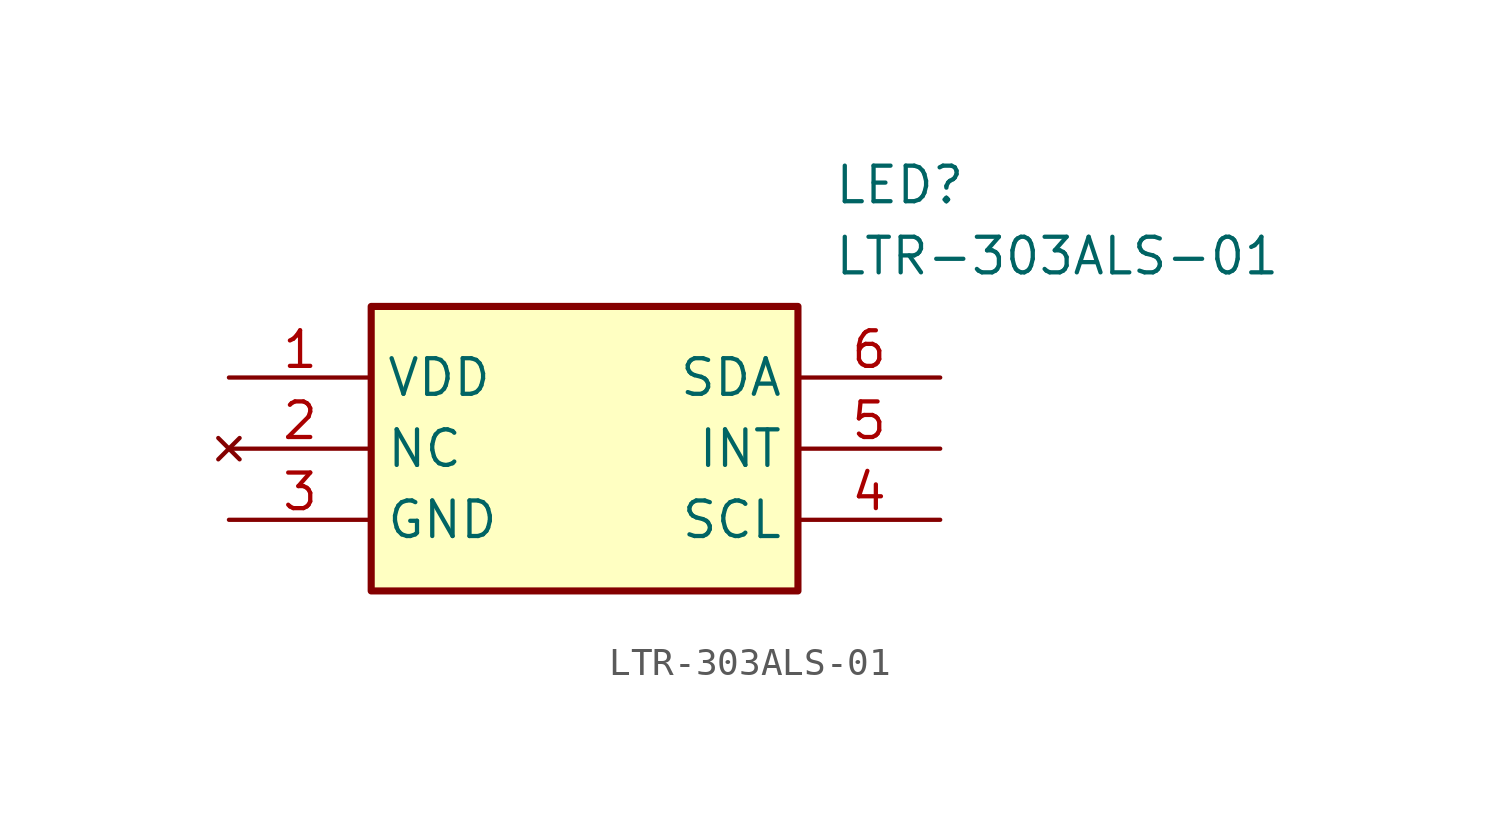
<source format=kicad_sym>
(kicad_symbol_lib
  (version 20220914)
  (generator kicad_symbol_editor)
  (symbol "LTR-303ALS-01"
    (property "Reference" "LED"
      (at 21.59 7.62 0)
      (effects (font (size 1.27 1.27)) (justify left top)))
    (property "Value" "LTR-303ALS-01"
      (at 21.59 5.08 0)
      (effects (font (size 1.27 1.27)) (justify left top)))
    (symbol "LTR-303ALS-01_1_1"
      (rectangle (start 5.08 2.54) (end 20.32 -7.62) (stroke (width 0.254) (type default)) (fill (type background)))
      (pin passive line (at 0 0 0) (length 5.08) (name "VDD" (effects (font (size 1.27 1.27)))) (number "1" (effects (font (size 1.27 1.27)))))
      (pin no_connect line (at 0 -2.54 0) (length 5.08) (name "NC" (effects (font (size 1.27 1.27)))) (number "2" (effects (font (size 1.27 1.27)))))
      (pin passive line (at 0 -5.08 0) (length 5.08) (name "GND" (effects (font (size 1.27 1.27)))) (number "3" (effects (font (size 1.27 1.27)))))
      (pin passive line (at 25.4 -5.08 180) (length 5.08) (name "SCL" (effects (font (size 1.27 1.27)))) (number "4" (effects (font (size 1.27 1.27)))))
      (pin passive line (at 25.4 -2.54 180) (length 5.08) (name "INT" (effects (font (size 1.27 1.27)))) (number "5" (effects (font (size 1.27 1.27)))))
      (pin passive line (at 25.4 0 180) (length 5.08) (name "SDA" (effects (font (size 1.27 1.27)))) (number "6" (effects (font (size 1.27 1.27))))))))
</source>
